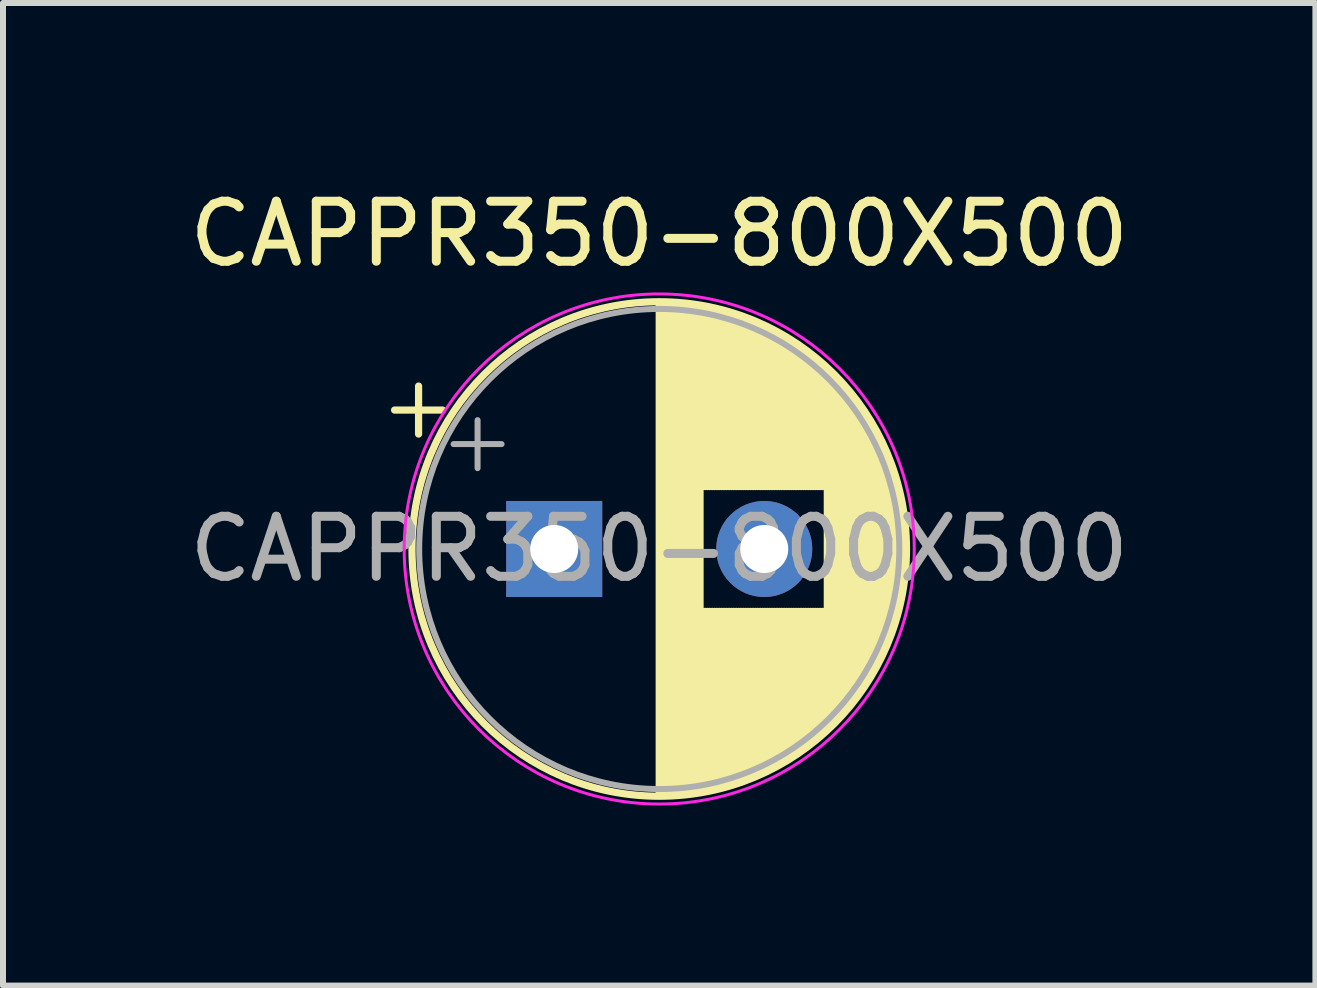
<source format=kicad_pcb>
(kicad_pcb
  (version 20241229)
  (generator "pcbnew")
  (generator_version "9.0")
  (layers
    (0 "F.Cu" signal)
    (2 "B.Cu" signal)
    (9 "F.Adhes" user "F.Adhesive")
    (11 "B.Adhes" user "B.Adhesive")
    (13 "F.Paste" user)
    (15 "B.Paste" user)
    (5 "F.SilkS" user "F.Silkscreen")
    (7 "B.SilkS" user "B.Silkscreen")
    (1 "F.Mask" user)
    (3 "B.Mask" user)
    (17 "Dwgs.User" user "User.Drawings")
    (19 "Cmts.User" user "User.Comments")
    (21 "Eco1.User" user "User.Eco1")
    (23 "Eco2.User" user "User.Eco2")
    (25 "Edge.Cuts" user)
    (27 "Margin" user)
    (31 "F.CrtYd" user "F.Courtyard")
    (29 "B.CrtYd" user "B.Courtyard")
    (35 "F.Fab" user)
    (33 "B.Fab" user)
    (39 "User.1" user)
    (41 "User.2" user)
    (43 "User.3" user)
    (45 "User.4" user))
  (footprint "CAPPR350-800X500"
    (layer "F.Cu")
    (at 6.185 6.098)
    (property "Reference" "CAPPR350-800X500" (at 1.75 -5.25 0) (layer "F.SilkS") (effects (font (size 1 1) (thickness 0.15))))
    (attr through_hole)
    (fp_line (start -2.66 -2.315) (end -1.86 -2.315) (stroke (width 0.12) (type solid)) (layer "F.SilkS"))
    (fp_line (start -2.26 -2.715) (end -2.26 -1.915) (stroke (width 0.12) (type solid)) (layer "F.SilkS"))
    (fp_line (start 1.75 -4.08) (end 1.75 4.08) (stroke (width 0.12) (type solid)) (layer "F.SilkS"))
    (fp_line (start 1.79 -4.08) (end 1.79 4.08) (stroke (width 0.12) (type solid)) (layer "F.SilkS"))
    (fp_line (start 1.83 -4.08) (end 1.83 4.08) (stroke (width 0.12) (type solid)) (layer "F.SilkS"))
    (fp_line (start 1.87 -4.079) (end 1.87 4.079) (stroke (width 0.12) (type solid)) (layer "F.SilkS"))
    (fp_line (start 1.91 -4.077) (end 1.91 4.077) (stroke (width 0.12) (type solid)) (layer "F.SilkS"))
    (fp_line (start 1.95 -4.076) (end 1.95 4.076) (stroke (width 0.12) (type solid)) (layer "F.SilkS"))
    (fp_line (start 1.99 -4.074) (end 1.99 4.074) (stroke (width 0.12) (type solid)) (layer "F.SilkS"))
    (fp_line (start 2.03 -4.071) (end 2.03 4.071) (stroke (width 0.12) (type solid)) (layer "F.SilkS"))
    (fp_line (start 2.07 -4.068) (end 2.07 4.068) (stroke (width 0.12) (type solid)) (layer "F.SilkS"))
    (fp_line (start 2.11 -4.065) (end 2.11 4.065) (stroke (width 0.12) (type solid)) (layer "F.SilkS"))
    (fp_line (start 2.15 -4.061) (end 2.15 4.061) (stroke (width 0.12) (type solid)) (layer "F.SilkS"))
    (fp_line (start 2.19 -4.057) (end 2.19 4.057) (stroke (width 0.12) (type solid)) (layer "F.SilkS"))
    (fp_line (start 2.23 -4.052) (end 2.23 4.052) (stroke (width 0.12) (type solid)) (layer "F.SilkS"))
    (fp_line (start 2.27 -4.048) (end 2.27 4.048) (stroke (width 0.12) (type solid)) (layer "F.SilkS"))
    (fp_line (start 2.31 -4.042) (end 2.31 4.042) (stroke (width 0.12) (type solid)) (layer "F.SilkS"))
    (fp_line (start 2.35 -4.037) (end 2.35 4.037) (stroke (width 0.12) (type solid)) (layer "F.SilkS"))
    (fp_line (start 2.39 -4.03) (end 2.39 4.03) (stroke (width 0.12) (type solid)) (layer "F.SilkS"))
    (fp_line (start 2.43 -4.024) (end 2.43 4.024) (stroke (width 0.12) (type solid)) (layer "F.SilkS"))
    (fp_line (start 2.471 -4.017) (end 2.471 -1.04) (stroke (width 0.12) (type solid)) (layer "F.SilkS"))
    (fp_line (start 2.471 1.04) (end 2.471 4.017) (stroke (width 0.12) (type solid)) (layer "F.SilkS"))
    (fp_line (start 2.511 -4.01) (end 2.511 -1.04) (stroke (width 0.12) (type solid)) (layer "F.SilkS"))
    (fp_line (start 2.511 1.04) (end 2.511 4.01) (stroke (width 0.12) (type solid)) (layer "F.SilkS"))
    (fp_line (start 2.551 -4.002) (end 2.551 -1.04) (stroke (width 0.12) (type solid)) (layer "F.SilkS"))
    (fp_line (start 2.551 1.04) (end 2.551 4.002) (stroke (width 0.12) (type solid)) (layer "F.SilkS"))
    (fp_line (start 2.591 -3.994) (end 2.591 -1.04) (stroke (width 0.12) (type solid)) (layer "F.SilkS"))
    (fp_line (start 2.591 1.04) (end 2.591 3.994) (stroke (width 0.12) (type solid)) (layer "F.SilkS"))
    (fp_line (start 2.631 -3.985) (end 2.631 -1.04) (stroke (width 0.12) (type solid)) (layer "F.SilkS"))
    (fp_line (start 2.631 1.04) (end 2.631 3.985) (stroke (width 0.12) (type solid)) (layer "F.SilkS"))
    (fp_line (start 2.671 -3.976) (end 2.671 -1.04) (stroke (width 0.12) (type solid)) (layer "F.SilkS"))
    (fp_line (start 2.671 1.04) (end 2.671 3.976) (stroke (width 0.12) (type solid)) (layer "F.SilkS"))
    (fp_line (start 2.711 -3.967) (end 2.711 -1.04) (stroke (width 0.12) (type solid)) (layer "F.SilkS"))
    (fp_line (start 2.711 1.04) (end 2.711 3.967) (stroke (width 0.12) (type solid)) (layer "F.SilkS"))
    (fp_line (start 2.751 -3.957) (end 2.751 -1.04) (stroke (width 0.12) (type solid)) (layer "F.SilkS"))
    (fp_line (start 2.751 1.04) (end 2.751 3.957) (stroke (width 0.12) (type solid)) (layer "F.SilkS"))
    (fp_line (start 2.791 -3.947) (end 2.791 -1.04) (stroke (width 0.12) (type solid)) (layer "F.SilkS"))
    (fp_line (start 2.791 1.04) (end 2.791 3.947) (stroke (width 0.12) (type solid)) (layer "F.SilkS"))
    (fp_line (start 2.831 -3.936) (end 2.831 -1.04) (stroke (width 0.12) (type solid)) (layer "F.SilkS"))
    (fp_line (start 2.831 1.04) (end 2.831 3.936) (stroke (width 0.12) (type solid)) (layer "F.SilkS"))
    (fp_line (start 2.871 -3.925) (end 2.871 -1.04) (stroke (width 0.12) (type solid)) (layer "F.SilkS"))
    (fp_line (start 2.871 1.04) (end 2.871 3.925) (stroke (width 0.12) (type solid)) (layer "F.SilkS"))
    (fp_line (start 2.911 -3.914) (end 2.911 -1.04) (stroke (width 0.12) (type solid)) (layer "F.SilkS"))
    (fp_line (start 2.911 1.04) (end 2.911 3.914) (stroke (width 0.12) (type solid)) (layer "F.SilkS"))
    (fp_line (start 2.951 -3.902) (end 2.951 -1.04) (stroke (width 0.12) (type solid)) (layer "F.SilkS"))
    (fp_line (start 2.951 1.04) (end 2.951 3.902) (stroke (width 0.12) (type solid)) (layer "F.SilkS"))
    (fp_line (start 2.991 -3.889) (end 2.991 -1.04) (stroke (width 0.12) (type solid)) (layer "F.SilkS"))
    (fp_line (start 2.991 1.04) (end 2.991 3.889) (stroke (width 0.12) (type solid)) (layer "F.SilkS"))
    (fp_line (start 3.031 -3.877) (end 3.031 -1.04) (stroke (width 0.12) (type solid)) (layer "F.SilkS"))
    (fp_line (start 3.031 1.04) (end 3.031 3.877) (stroke (width 0.12) (type solid)) (layer "F.SilkS"))
    (fp_line (start 3.071 -3.863) (end 3.071 -1.04) (stroke (width 0.12) (type solid)) (layer "F.SilkS"))
    (fp_line (start 3.071 1.04) (end 3.071 3.863) (stroke (width 0.12) (type solid)) (layer "F.SilkS"))
    (fp_line (start 3.111 -3.85) (end 3.111 -1.04) (stroke (width 0.12) (type solid)) (layer "F.SilkS"))
    (fp_line (start 3.111 1.04) (end 3.111 3.85) (stroke (width 0.12) (type solid)) (layer "F.SilkS"))
    (fp_line (start 3.151 -3.835) (end 3.151 -1.04) (stroke (width 0.12) (type solid)) (layer "F.SilkS"))
    (fp_line (start 3.151 1.04) (end 3.151 3.835) (stroke (width 0.12) (type solid)) (layer "F.SilkS"))
    (fp_line (start 3.191 -3.821) (end 3.191 -1.04) (stroke (width 0.12) (type solid)) (layer "F.SilkS"))
    (fp_line (start 3.191 1.04) (end 3.191 3.821) (stroke (width 0.12) (type solid)) (layer "F.SilkS"))
    (fp_line (start 3.231 -3.805) (end 3.231 -1.04) (stroke (width 0.12) (type solid)) (layer "F.SilkS"))
    (fp_line (start 3.231 1.04) (end 3.231 3.805) (stroke (width 0.12) (type solid)) (layer "F.SilkS"))
    (fp_line (start 3.271 -3.79) (end 3.271 -1.04) (stroke (width 0.12) (type solid)) (layer "F.SilkS"))
    (fp_line (start 3.271 1.04) (end 3.271 3.79) (stroke (width 0.12) (type solid)) (layer "F.SilkS"))
    (fp_line (start 3.311 -3.774) (end 3.311 -1.04) (stroke (width 0.12) (type solid)) (layer "F.SilkS"))
    (fp_line (start 3.311 1.04) (end 3.311 3.774) (stroke (width 0.12) (type solid)) (layer "F.SilkS"))
    (fp_line (start 3.351 -3.757) (end 3.351 -1.04) (stroke (width 0.12) (type solid)) (layer "F.SilkS"))
    (fp_line (start 3.351 1.04) (end 3.351 3.757) (stroke (width 0.12) (type solid)) (layer "F.SilkS"))
    (fp_line (start 3.391 -3.74) (end 3.391 -1.04) (stroke (width 0.12) (type solid)) (layer "F.SilkS"))
    (fp_line (start 3.391 1.04) (end 3.391 3.74) (stroke (width 0.12) (type solid)) (layer "F.SilkS"))
    (fp_line (start 3.431 -3.722) (end 3.431 -1.04) (stroke (width 0.12) (type solid)) (layer "F.SilkS"))
    (fp_line (start 3.431 1.04) (end 3.431 3.722) (stroke (width 0.12) (type solid)) (layer "F.SilkS"))
    (fp_line (start 3.471 -3.704) (end 3.471 -1.04) (stroke (width 0.12) (type solid)) (layer "F.SilkS"))
    (fp_line (start 3.471 1.04) (end 3.471 3.704) (stroke (width 0.12) (type solid)) (layer "F.SilkS"))
    (fp_line (start 3.511 -3.686) (end 3.511 -1.04) (stroke (width 0.12) (type solid)) (layer "F.SilkS"))
    (fp_line (start 3.511 1.04) (end 3.511 3.686) (stroke (width 0.12) (type solid)) (layer "F.SilkS"))
    (fp_line (start 3.551 -3.666) (end 3.551 -1.04) (stroke (width 0.12) (type solid)) (layer "F.SilkS"))
    (fp_line (start 3.551 1.04) (end 3.551 3.666) (stroke (width 0.12) (type solid)) (layer "F.SilkS"))
    (fp_line (start 3.591 -3.647) (end 3.591 -1.04) (stroke (width 0.12) (type solid)) (layer "F.SilkS"))
    (fp_line (start 3.591 1.04) (end 3.591 3.647) (stroke (width 0.12) (type solid)) (layer "F.SilkS"))
    (fp_line (start 3.631 -3.627) (end 3.631 -1.04) (stroke (width 0.12) (type solid)) (layer "F.SilkS"))
    (fp_line (start 3.631 1.04) (end 3.631 3.627) (stroke (width 0.12) (type solid)) (layer "F.SilkS"))
    (fp_line (start 3.671 -3.606) (end 3.671 -1.04) (stroke (width 0.12) (type solid)) (layer "F.SilkS"))
    (fp_line (start 3.671 1.04) (end 3.671 3.606) (stroke (width 0.12) (type solid)) (layer "F.SilkS"))
    (fp_line (start 3.711 -3.584) (end 3.711 -1.04) (stroke (width 0.12) (type solid)) (layer "F.SilkS"))
    (fp_line (start 3.711 1.04) (end 3.711 3.584) (stroke (width 0.12) (type solid)) (layer "F.SilkS"))
    (fp_line (start 3.751 -3.562) (end 3.751 -1.04) (stroke (width 0.12) (type solid)) (layer "F.SilkS"))
    (fp_line (start 3.751 1.04) (end 3.751 3.562) (stroke (width 0.12) (type solid)) (layer "F.SilkS"))
    (fp_line (start 3.791 -3.54) (end 3.791 -1.04) (stroke (width 0.12) (type solid)) (layer "F.SilkS"))
    (fp_line (start 3.791 1.04) (end 3.791 3.54) (stroke (width 0.12) (type solid)) (layer "F.SilkS"))
    (fp_line (start 3.831 -3.517) (end 3.831 -1.04) (stroke (width 0.12) (type solid)) (layer "F.SilkS"))
    (fp_line (start 3.831 1.04) (end 3.831 3.517) (stroke (width 0.12) (type solid)) (layer "F.SilkS"))
    (fp_line (start 3.871 -3.493) (end 3.871 -1.04) (stroke (width 0.12) (type solid)) (layer "F.SilkS"))
    (fp_line (start 3.871 1.04) (end 3.871 3.493) (stroke (width 0.12) (type solid)) (layer "F.SilkS"))
    (fp_line (start 3.911 -3.469) (end 3.911 -1.04) (stroke (width 0.12) (type solid)) (layer "F.SilkS"))
    (fp_line (start 3.911 1.04) (end 3.911 3.469) (stroke (width 0.12) (type solid)) (layer "F.SilkS"))
    (fp_line (start 3.951 -3.444) (end 3.951 -1.04) (stroke (width 0.12) (type solid)) (layer "F.SilkS"))
    (fp_line (start 3.951 1.04) (end 3.951 3.444) (stroke (width 0.12) (type solid)) (layer "F.SilkS"))
    (fp_line (start 3.991 -3.418) (end 3.991 -1.04) (stroke (width 0.12) (type solid)) (layer "F.SilkS"))
    (fp_line (start 3.991 1.04) (end 3.991 3.418) (stroke (width 0.12) (type solid)) (layer "F.SilkS"))
    (fp_line (start 4.031 -3.392) (end 4.031 -1.04) (stroke (width 0.12) (type solid)) (layer "F.SilkS"))
    (fp_line (start 4.031 1.04) (end 4.031 3.392) (stroke (width 0.12) (type solid)) (layer "F.SilkS"))
    (fp_line (start 4.071 -3.365) (end 4.071 -1.04) (stroke (width 0.12) (type solid)) (layer "F.SilkS"))
    (fp_line (start 4.071 1.04) (end 4.071 3.365) (stroke (width 0.12) (type solid)) (layer "F.SilkS"))
    (fp_line (start 4.111 -3.338) (end 4.111 -1.04) (stroke (width 0.12) (type solid)) (layer "F.SilkS"))
    (fp_line (start 4.111 1.04) (end 4.111 3.338) (stroke (width 0.12) (type solid)) (layer "F.SilkS"))
    (fp_line (start 4.151 -3.309) (end 4.151 -1.04) (stroke (width 0.12) (type solid)) (layer "F.SilkS"))
    (fp_line (start 4.151 1.04) (end 4.151 3.309) (stroke (width 0.12) (type solid)) (layer "F.SilkS"))
    (fp_line (start 4.191 -3.28) (end 4.191 -1.04) (stroke (width 0.12) (type solid)) (layer "F.SilkS"))
    (fp_line (start 4.191 1.04) (end 4.191 3.28) (stroke (width 0.12) (type solid)) (layer "F.SilkS"))
    (fp_line (start 4.231 -3.25) (end 4.231 -1.04) (stroke (width 0.12) (type solid)) (layer "F.SilkS"))
    (fp_line (start 4.231 1.04) (end 4.231 3.25) (stroke (width 0.12) (type solid)) (layer "F.SilkS"))
    (fp_line (start 4.271 -3.22) (end 4.271 -1.04) (stroke (width 0.12) (type solid)) (layer "F.SilkS"))
    (fp_line (start 4.271 1.04) (end 4.271 3.22) (stroke (width 0.12) (type solid)) (layer "F.SilkS"))
    (fp_line (start 4.311 -3.189) (end 4.311 -1.04) (stroke (width 0.12) (type solid)) (layer "F.SilkS"))
    (fp_line (start 4.311 1.04) (end 4.311 3.189) (stroke (width 0.12) (type solid)) (layer "F.SilkS"))
    (fp_line (start 4.351 -3.156) (end 4.351 -1.04) (stroke (width 0.12) (type solid)) (layer "F.SilkS"))
    (fp_line (start 4.351 1.04) (end 4.351 3.156) (stroke (width 0.12) (type solid)) (layer "F.SilkS"))
    (fp_line (start 4.391 -3.124) (end 4.391 -1.04) (stroke (width 0.12) (type solid)) (layer "F.SilkS"))
    (fp_line (start 4.391 1.04) (end 4.391 3.124) (stroke (width 0.12) (type solid)) (layer "F.SilkS"))
    (fp_line (start 4.431 -3.09) (end 4.431 -1.04) (stroke (width 0.12) (type solid)) (layer "F.SilkS"))
    (fp_line (start 4.431 1.04) (end 4.431 3.09) (stroke (width 0.12) (type solid)) (layer "F.SilkS"))
    (fp_line (start 4.471 -3.055) (end 4.471 -1.04) (stroke (width 0.12) (type solid)) (layer "F.SilkS"))
    (fp_line (start 4.471 1.04) (end 4.471 3.055) (stroke (width 0.12) (type solid)) (layer "F.SilkS"))
    (fp_line (start 4.511 -3.019) (end 4.511 -1.04) (stroke (width 0.12) (type solid)) (layer "F.SilkS"))
    (fp_line (start 4.511 1.04) (end 4.511 3.019) (stroke (width 0.12) (type solid)) (layer "F.SilkS"))
    (fp_line (start 4.551 -2.983) (end 4.551 2.983) (stroke (width 0.12) (type solid)) (layer "F.SilkS"))
    (fp_line (start 4.591 -2.945) (end 4.591 2.945) (stroke (width 0.12) (type solid)) (layer "F.SilkS"))
    (fp_line (start 4.631 -2.907) (end 4.631 2.907) (stroke (width 0.12) (type solid)) (layer "F.SilkS"))
    (fp_line (start 4.671 -2.867) (end 4.671 2.867) (stroke (width 0.12) (type solid)) (layer "F.SilkS"))
    (fp_line (start 4.711 -2.826) (end 4.711 2.826) (stroke (width 0.12) (type solid)) (layer "F.SilkS"))
    (fp_line (start 4.751 -2.784) (end 4.751 2.784) (stroke (width 0.12) (type solid)) (layer "F.SilkS"))
    (fp_line (start 4.791 -2.741) (end 4.791 2.741) (stroke (width 0.12) (type solid)) (layer "F.SilkS"))
    (fp_line (start 4.831 -2.697) (end 4.831 2.697) (stroke (width 0.12) (type solid)) (layer "F.SilkS"))
    (fp_line (start 4.871 -2.651) (end 4.871 2.651) (stroke (width 0.12) (type solid)) (layer "F.SilkS"))
    (fp_line (start 4.911 -2.604) (end 4.911 2.604) (stroke (width 0.12) (type solid)) (layer "F.SilkS"))
    (fp_line (start 4.951 -2.556) (end 4.951 2.556) (stroke (width 0.12) (type solid)) (layer "F.SilkS"))
    (fp_line (start 4.991 -2.505) (end 4.991 2.505) (stroke (width 0.12) (type solid)) (layer "F.SilkS"))
    (fp_line (start 5.031 -2.454) (end 5.031 2.454) (stroke (width 0.12) (type solid)) (layer "F.SilkS"))
    (fp_line (start 5.071 -2.4) (end 5.071 2.4) (stroke (width 0.12) (type solid)) (layer "F.SilkS"))
    (fp_line (start 5.111 -2.345) (end 5.111 2.345) (stroke (width 0.12) (type solid)) (layer "F.SilkS"))
    (fp_line (start 5.151 -2.287) (end 5.151 2.287) (stroke (width 0.12) (type solid)) (layer "F.SilkS"))
    (fp_line (start 5.191 -2.228) (end 5.191 2.228) (stroke (width 0.12) (type solid)) (layer "F.SilkS"))
    (fp_line (start 5.231 -2.166) (end 5.231 2.166) (stroke (width 0.12) (type solid)) (layer "F.SilkS"))
    (fp_line (start 5.271 -2.102) (end 5.271 2.102) (stroke (width 0.12) (type solid)) (layer "F.SilkS"))
    (fp_line (start 5.311 -2.034) (end 5.311 2.034) (stroke (width 0.12) (type solid)) (layer "F.SilkS"))
    (fp_line (start 5.351 -1.964) (end 5.351 1.964) (stroke (width 0.12) (type solid)) (layer "F.SilkS"))
    (fp_line (start 5.391 -1.89) (end 5.391 1.89) (stroke (width 0.12) (type solid)) (layer "F.SilkS"))
    (fp_line (start 5.431 -1.813) (end 5.431 1.813) (stroke (width 0.12) (type solid)) (layer "F.SilkS"))
    (fp_line (start 5.471 -1.731) (end 5.471 1.731) (stroke (width 0.12) (type solid)) (layer "F.SilkS"))
    (fp_line (start 5.511 -1.645) (end 5.511 1.645) (stroke (width 0.12) (type solid)) (layer "F.SilkS"))
    (fp_line (start 5.551 -1.552) (end 5.551 1.552) (stroke (width 0.12) (type solid)) (layer "F.SilkS"))
    (fp_line (start 5.591 -1.453) (end 5.591 1.453) (stroke (width 0.12) (type solid)) (layer "F.SilkS"))
    (fp_line (start 5.631 -1.346) (end 5.631 1.346) (stroke (width 0.12) (type solid)) (layer "F.SilkS"))
    (fp_line (start 5.671 -1.229) (end 5.671 1.229) (stroke (width 0.12) (type solid)) (layer "F.SilkS"))
    (fp_line (start 5.711 -1.098) (end 5.711 1.098) (stroke (width 0.12) (type solid)) (layer "F.SilkS"))
    (fp_line (start 5.751 -0.948) (end 5.751 0.948) (stroke (width 0.12) (type solid)) (layer "F.SilkS"))
    (fp_line (start 5.791 -0.768) (end 5.791 0.768) (stroke (width 0.12) (type solid)) (layer "F.SilkS"))
    (fp_line (start 5.831 -0.533) (end 5.831 0.533) (stroke (width 0.12) (type solid)) (layer "F.SilkS"))
    (fp_circle (center 1.75 0) (end 5.87 0) (stroke (width 0.12) (type solid)) (fill no) (layer "F.SilkS"))
    (fp_circle (center 1.75 0) (end 6 0) (stroke (width 0.05) (type solid)) (fill no) (layer "F.CrtYd"))
    (fp_line (start -1.677 -1.748) (end -0.877 -1.748) (stroke (width 0.1) (type solid)) (layer "F.Fab"))
    (fp_line (start -1.277 -2.147) (end -1.277 -1.347) (stroke (width 0.1) (type solid)) (layer "F.Fab"))
    (fp_circle (center 1.75 0) (end 5.75 0) (stroke (width 0.1) (type solid)) (fill no) (layer "F.Fab"))
    (fp_text user "${REFERENCE}" (at 1.75 0 0) (layer "F.Fab") (effects (font (size 1 1) (thickness 0.15))))
    (pad "1" thru_hole rect (at 0 0) (size 1.6 1.6) (drill 0.8) (layers "*.Cu" "*.Mask"))
    (pad "2" thru_hole circle (at 3.5 0) (size 1.6 1.6) (drill 0.8) (layers "*.Cu" "*.Mask")))
  (gr_rect
    (start -3 -3)
    (end 18.869 13.373)
    (stroke (width 0.1) (type default))
    (fill no)
    (layer "Edge.Cuts")))
</source>
